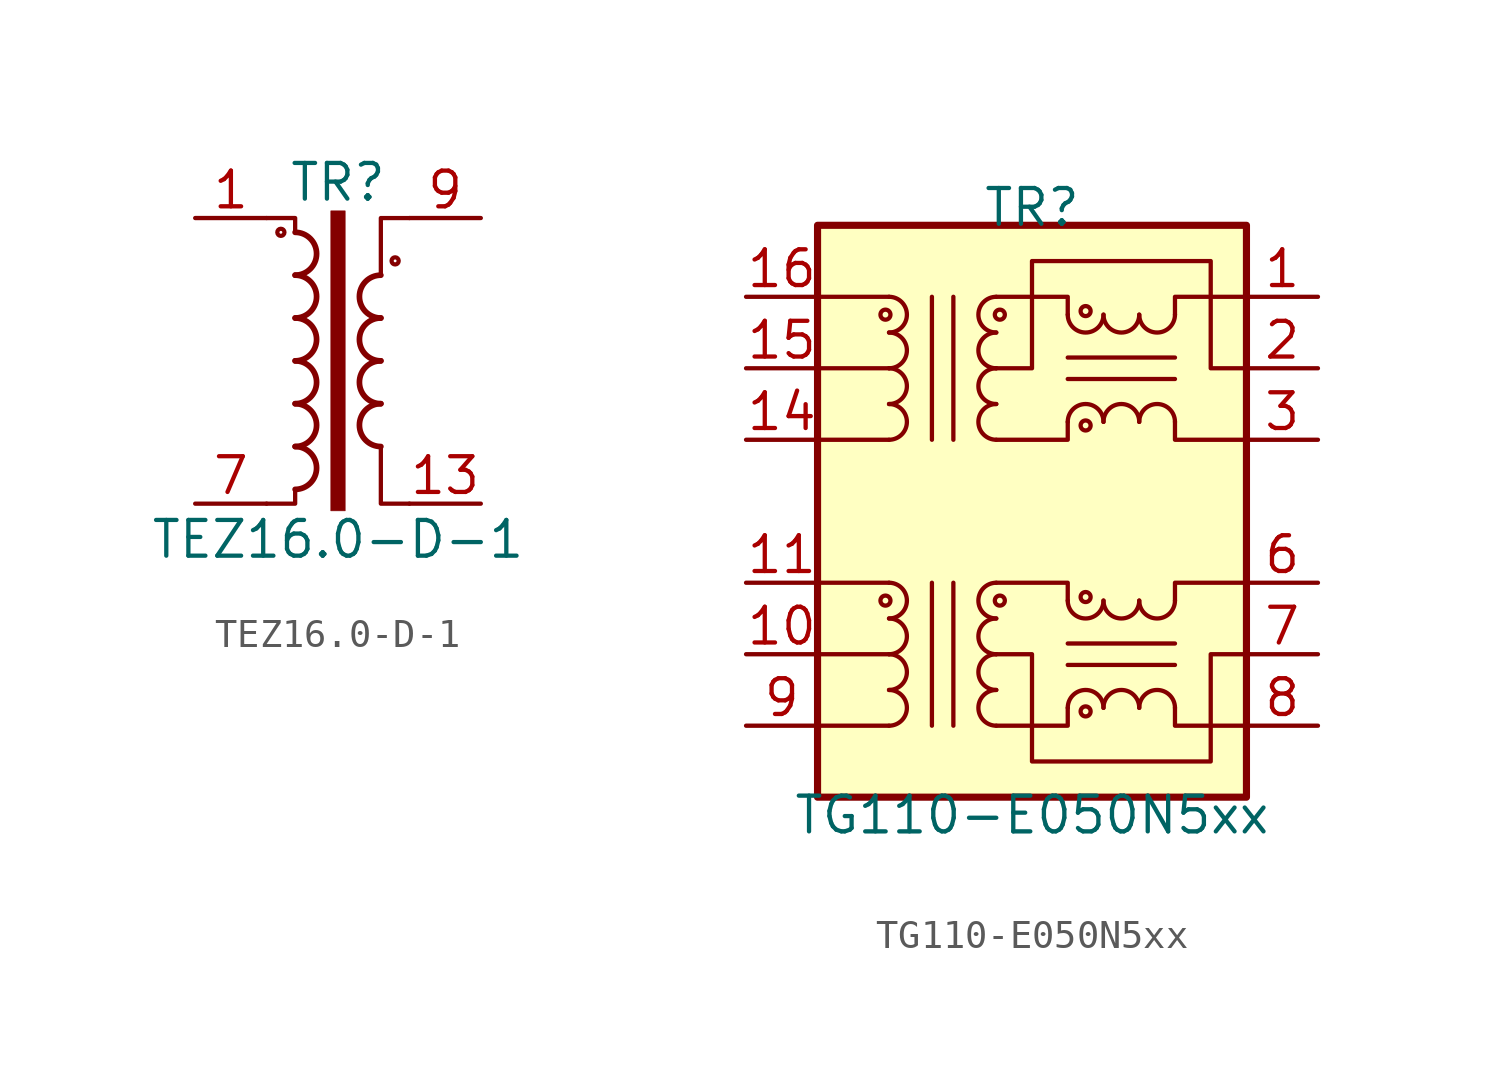
<source format=kicad_sym>
(kicad_symbol_lib
  (version 20220914)
  (generator kicad_symbol_editor)
  (symbol "TEZ16.0-D-1"
    (pin_names
      (offset 0.025))
    (property "Reference" "TR"
      (at 0 6.35 0)
      (effects (font (size 1.27 1.27))))
    (property "Value" "TEZ16.0-D-1"
      (at 0 -6.35 0)
      (effects (font (size 1.27 1.27))))
    (symbol "TEZ16.0-D-1_0_1"
      (circle (center -2.032 4.572) (radius 0.127) (stroke (width 0) (type default)) (fill (type none)))
      (arc (start -1.524 -4.572) (mid -0.7653 -3.81) (end -1.524 -3.048) (stroke (width 0.2032) (type default)) (fill (type none)))
      (arc (start -1.524 -3.048) (mid -0.7653 -2.286) (end -1.524 -1.524) (stroke (width 0.2032) (type default)) (fill (type none)))
      (arc (start -1.524 -1.524) (mid -0.7653 -0.762) (end -1.524 0) (stroke (width 0.2032) (type default)) (fill (type none)))
      (arc (start -1.524 0) (mid -0.7653 0.762) (end -1.524 1.524) (stroke (width 0.2032) (type default)) (fill (type none)))
      (arc (start -1.524 1.524) (mid -0.7653 2.286) (end -1.524 3.048) (stroke (width 0.2032) (type default)) (fill (type none)))
      (arc (start -1.524 3.048) (mid -0.7653 3.81) (end -1.524 4.572) (stroke (width 0.2032) (type default)) (fill (type none)))
      (rectangle (start -0.254 5.334) (end 0.254 -5.334) (stroke (width 0.025) (type default)) (fill (type outline)))
      (polyline (pts (xy -1.524 -4.572) (xy -1.524 -5.08) (xy -2.54 -5.08)) (stroke (width 0) (type default)) (fill (type none)))
      (polyline (pts (xy -1.524 4.572) (xy -1.524 5.08) (xy -2.54 5.08)) (stroke (width 0) (type default)) (fill (type none)))
      (polyline (pts (xy 1.524 3.048) (xy 1.524 5.08) (xy 2.54 5.08) (xy 2.54 5.08)) (stroke (width 0.152) (type default)) (fill (type none)))
      (polyline (pts (xy 2.54 -5.08) (xy 1.524 -5.08) (xy 1.524 -3.048) (xy 1.524 -3.048)) (stroke (width 0.152) (type default)) (fill (type none)))
      (arc (start 1.524 -1.524) (mid 0.7653 -2.286) (end 1.524 -3.048) (stroke (width 0.2032) (type default)) (fill (type none)))
      (arc (start 1.524 0) (mid 0.7653 -0.762) (end 1.524 -1.524) (stroke (width 0.2032) (type default)) (fill (type none)))
      (arc (start 1.524 1.524) (mid 0.7653 0.762) (end 1.524 0) (stroke (width 0.2032) (type default)) (fill (type none)))
      (arc (start 1.524 3.048) (mid 0.7653 2.286) (end 1.524 1.524) (stroke (width 0.2032) (type default)) (fill (type none)))
      (circle (center 2.032 3.556) (radius 0.127) (stroke (width 0) (type default)) (fill (type none))))
    (symbol "TEZ16.0-D-1_1_1"
      (pin passive line (at -5.08 5.08 0) (length 2.54) (name "~" (effects (font (size 1.27 1.27)))) (number "1" (effects (font (size 1.27 1.27)))))
      (pin passive line (at 5.08 -5.08 180) (length 2.54) (name "~" (effects (font (size 1.27 1.27)))) (number "13" (effects (font (size 1.27 1.27)))))
      (pin passive line (at -5.08 -5.08 0) (length 2.54) (name "~" (effects (font (size 1.27 1.27)))) (number "7" (effects (font (size 1.27 1.27)))))
      (pin passive line (at 5.08 5.08 180) (length 2.54) (name "~" (effects (font (size 1.27 1.27)))) (number "9" (effects (font (size 1.27 1.27)))))))
  (symbol "TG110-E050N5xx"
    (pin_names hide)
    (property "Reference" "TR"
      (at 0 10.795 0)
      (effects (font (size 1.27 1.27))))
    (property "Value" "TG110-E050N5xx"
      (at 0 -10.795 0)
      (effects (font (size 1.27 1.27))))
    (symbol "TG110-E050N5xx_0_1"
      (rectangle (start -7.62 10.16) (end 7.62 -10.16) (stroke (width 0.254) (type default)) (fill (type background)))
      (circle (center -5.207 -3.175) (radius 0.178) (stroke (width 0) (type default)) (fill (type none)))
      (arc (start -5.08 -3.81) (mid -4.4477 -3.175) (end -5.08 -2.54) (stroke (width 0) (type default)) (fill (type none)))
      (polyline (pts (xy -5.08 -7.62) (xy -7.62 -7.62)) (stroke (width 0) (type default)) (fill (type none)))
      (polyline (pts (xy -5.08 -5.08) (xy -7.62 -5.08)) (stroke (width 0) (type default)) (fill (type none)))
      (polyline (pts (xy -5.08 -2.54) (xy -7.62 -2.54)) (stroke (width 0) (type default)) (fill (type none)))
      (polyline (pts (xy -3.556 -7.62) (xy -3.556 -2.54)) (stroke (width 0) (type default)) (fill (type none)))
      (polyline (pts (xy -3.556 7.62) (xy -3.556 2.54)) (stroke (width 0) (type default)) (fill (type none)))
      (polyline (pts (xy -2.794 -2.54) (xy -2.794 -7.62)) (stroke (width 0) (type default)) (fill (type none)))
      (polyline (pts (xy -2.794 2.54) (xy -2.794 7.62)) (stroke (width 0) (type default)) (fill (type none)))
      (polyline (pts (xy 1.27 -5.461) (xy 5.08 -5.461)) (stroke (width 0) (type default)) (fill (type none)))
      (polyline (pts (xy 1.27 -4.699) (xy 5.08 -4.699)) (stroke (width 0) (type default)) (fill (type none)))
      (polyline (pts (xy -1.27 -7.62) (xy 1.27 -7.62) (xy 1.27 -6.985)) (stroke (width 0) (type default)) (fill (type none)))
      (polyline (pts (xy 1.27 -3.175) (xy 1.27 -2.54) (xy -1.27 -2.54)) (stroke (width 0) (type default)) (fill (type none)))
      (polyline (pts (xy 5.08 -6.985) (xy 5.08 -7.62) (xy 7.62 -7.62)) (stroke (width 0) (type default)) (fill (type none)))
      (polyline (pts (xy 5.08 -3.175) (xy 5.08 -2.54) (xy 7.62 -2.54)) (stroke (width 0) (type default)) (fill (type none)))
      (polyline (pts (xy -1.27 -5.08) (xy 0 -5.08) (xy 0 -8.89) (xy 6.35 -8.89) (xy 6.35 -5.08) (xy 7.62 -5.08)) (stroke (width 0) (type default)) (fill (type none))))
    (symbol "TG110-E050N5xx_1_1"
      (circle (center -5.207 6.985) (radius 0.178) (stroke (width 0) (type default)) (fill (type none)))
      (arc (start -5.08 -7.62) (mid -4.4477 -6.985) (end -5.08 -6.35) (stroke (width 0) (type default)) (fill (type none)))
      (arc (start -5.08 -6.35) (mid -4.4477 -5.715) (end -5.08 -5.08) (stroke (width 0) (type default)) (fill (type none)))
      (arc (start -5.08 -5.08) (mid -4.4477 -4.445) (end -5.08 -3.81) (stroke (width 0) (type default)) (fill (type none)))
      (arc (start -5.08 2.54) (mid -4.4477 3.175) (end -5.08 3.81) (stroke (width 0) (type default)) (fill (type none)))
      (arc (start -5.08 3.81) (mid -4.4477 4.445) (end -5.08 5.08) (stroke (width 0) (type default)) (fill (type none)))
      (arc (start -5.08 5.08) (mid -4.4477 5.715) (end -5.08 6.35) (stroke (width 0) (type default)) (fill (type none)))
      (arc (start -5.08 6.35) (mid -4.4477 6.985) (end -5.08 7.62) (stroke (width 0) (type default)) (fill (type none)))
      (arc (start -1.27 -6.35) (mid -1.9023 -6.985) (end -1.27 -7.62) (stroke (width 0) (type default)) (fill (type none)))
      (arc (start -1.27 -5.08) (mid -1.9023 -5.715) (end -1.27 -6.35) (stroke (width 0) (type default)) (fill (type none)))
      (arc (start -1.27 -3.81) (mid -1.9023 -4.445) (end -1.27 -5.08) (stroke (width 0) (type default)) (fill (type none)))
      (arc (start -1.27 -2.54) (mid -1.9023 -3.175) (end -1.27 -3.81) (stroke (width 0) (type default)) (fill (type none)))
      (arc (start -1.27 3.81) (mid -1.9023 3.175) (end -1.27 2.54) (stroke (width 0) (type default)) (fill (type none)))
      (arc (start -1.27 5.08) (mid -1.9023 4.445) (end -1.27 3.81) (stroke (width 0) (type default)) (fill (type none)))
      (arc (start -1.27 6.35) (mid -1.9023 5.715) (end -1.27 5.08) (stroke (width 0) (type default)) (fill (type none)))
      (arc (start -1.27 7.62) (mid -1.9023 6.985) (end -1.27 6.35) (stroke (width 0) (type default)) (fill (type none)))
      (circle (center -1.143 -3.175) (radius 0.178) (stroke (width 0) (type default)) (fill (type none)))
      (circle (center -1.143 6.985) (radius 0.178) (stroke (width 0) (type default)) (fill (type none)))
      (polyline (pts (xy -5.08 2.54) (xy -7.62 2.54)) (stroke (width 0) (type default)) (fill (type none)))
      (polyline (pts (xy -5.08 5.08) (xy -7.62 5.08)) (stroke (width 0) (type default)) (fill (type none)))
      (polyline (pts (xy -5.08 7.62) (xy -7.62 7.62)) (stroke (width 0) (type default)) (fill (type none)))
      (polyline (pts (xy 1.27 4.699) (xy 5.08 4.699)) (stroke (width 0) (type default)) (fill (type none)))
      (polyline (pts (xy 1.27 5.461) (xy 5.08 5.461)) (stroke (width 0) (type default)) (fill (type none)))
      (polyline (pts (xy -1.27 2.54) (xy 1.27 2.54) (xy 1.27 3.175)) (stroke (width 0) (type default)) (fill (type none)))
      (polyline (pts (xy 1.27 6.985) (xy 1.27 7.62) (xy -1.27 7.62)) (stroke (width 0) (type default)) (fill (type none)))
      (polyline (pts (xy 5.08 3.175) (xy 5.08 2.54) (xy 7.62 2.54)) (stroke (width 0) (type default)) (fill (type none)))
      (polyline (pts (xy 5.08 6.985) (xy 5.08 7.62) (xy 7.62 7.62)) (stroke (width 0) (type default)) (fill (type none)))
      (polyline (pts (xy 7.62 5.08) (xy 6.35 5.08) (xy 6.35 8.89) (xy 0 8.89) (xy 0 5.08) (xy -1.27 5.08)) (stroke (width 0) (type default)) (fill (type none)))
      (arc (start 1.27 -3.175) (mid 1.905 -3.8073) (end 2.54 -3.175) (stroke (width 0) (type default)) (fill (type none)))
      (arc (start 1.27 6.985) (mid 1.905 6.3527) (end 2.54 6.985) (stroke (width 0) (type default)) (fill (type none)))
      (circle (center 1.905 -7.112) (radius 0.178) (stroke (width 0) (type default)) (fill (type none)))
      (circle (center 1.905 -3.048) (radius 0.178) (stroke (width 0) (type default)) (fill (type none)))
      (circle (center 1.905 3.048) (radius 0.178) (stroke (width 0) (type default)) (fill (type none)))
      (circle (center 1.905 7.112) (radius 0.178) (stroke (width 0) (type default)) (fill (type none)))
      (arc (start 2.54 -6.985) (mid 1.905 -6.3527) (end 1.27 -6.985) (stroke (width 0) (type default)) (fill (type none)))
      (arc (start 2.54 -3.175) (mid 3.175 -3.8073) (end 3.81 -3.175) (stroke (width 0) (type default)) (fill (type none)))
      (arc (start 2.54 3.175) (mid 1.905 3.8073) (end 1.27 3.175) (stroke (width 0) (type default)) (fill (type none)))
      (arc (start 2.54 6.985) (mid 3.175 6.3527) (end 3.81 6.985) (stroke (width 0) (type default)) (fill (type none)))
      (arc (start 3.81 -6.985) (mid 3.175 -6.3527) (end 2.54 -6.985) (stroke (width 0) (type default)) (fill (type none)))
      (arc (start 3.81 -3.175) (mid 4.445 -3.8073) (end 5.08 -3.175) (stroke (width 0) (type default)) (fill (type none)))
      (arc (start 3.81 3.175) (mid 3.175 3.8073) (end 2.54 3.175) (stroke (width 0) (type default)) (fill (type none)))
      (arc (start 3.81 6.985) (mid 4.445 6.3527) (end 5.08 6.985) (stroke (width 0) (type default)) (fill (type none)))
      (arc (start 5.08 -6.985) (mid 4.445 -6.3527) (end 3.81 -6.985) (stroke (width 0) (type default)) (fill (type none)))
      (arc (start 5.08 3.175) (mid 4.445 3.8073) (end 3.81 3.175) (stroke (width 0) (type default)) (fill (type none)))
      (pin passive line (at 10.16 7.62 180) (length 2.54) (name "TX-" (effects (font (size 1.27 1.27)))) (number "1" (effects (font (size 1.27 1.27)))))
      (pin passive line (at -10.16 -5.08 0) (length 2.54) (name "C_RD" (effects (font (size 1.27 1.27)))) (number "10" (effects (font (size 1.27 1.27)))))
      (pin passive line (at -10.16 -2.54 0) (length 2.54) (name "RD-" (effects (font (size 1.27 1.27)))) (number "11" (effects (font (size 1.27 1.27)))))
      (pin no_connect line (at -2.54 -10.16 90) (length 2.54) hide (name "NC" (effects (font (size 1.27 1.27)))) (number "12" (effects (font (size 1.27 1.27)))))
      (pin no_connect line (at 2.54 -10.16 90) (length 2.54) hide (name "NC" (effects (font (size 1.27 1.27)))) (number "13" (effects (font (size 1.27 1.27)))))
      (pin passive line (at -10.16 2.54 0) (length 2.54) (name "TD+" (effects (font (size 1.27 1.27)))) (number "14" (effects (font (size 1.27 1.27)))))
      (pin passive line (at -10.16 5.08 0) (length 2.54) (name "C_TD" (effects (font (size 1.27 1.27)))) (number "15" (effects (font (size 1.27 1.27)))))
      (pin passive line (at -10.16 7.62 0) (length 2.54) (name "TD-" (effects (font (size 1.27 1.27)))) (number "16" (effects (font (size 1.27 1.27)))))
      (pin passive line (at 10.16 5.08 180) (length 2.54) (name "C_TX" (effects (font (size 1.27 1.27)))) (number "2" (effects (font (size 1.27 1.27)))))
      (pin passive line (at 10.16 2.54 180) (length 2.54) (name "TX+" (effects (font (size 1.27 1.27)))) (number "3" (effects (font (size 1.27 1.27)))))
      (pin no_connect line (at -2.54 10.16 270) (length 2.54) hide (name "NC" (effects (font (size 1.27 1.27)))) (number "4" (effects (font (size 1.27 1.27)))))
      (pin no_connect line (at 2.54 10.16 270) (length 2.54) hide (name "NC" (effects (font (size 1.27 1.27)))) (number "5" (effects (font (size 1.27 1.27)))))
      (pin passive line (at 10.16 -2.54 180) (length 2.54) (name "RX-" (effects (font (size 1.27 1.27)))) (number "6" (effects (font (size 1.27 1.27)))))
      (pin passive line (at 10.16 -5.08 180) (length 2.54) (name "C_RX" (effects (font (size 1.27 1.27)))) (number "7" (effects (font (size 1.27 1.27)))))
      (pin passive line (at 10.16 -7.62 180) (length 2.54) (name "RX+" (effects (font (size 1.27 1.27)))) (number "8" (effects (font (size 1.27 1.27)))))
      (pin passive line (at -10.16 -7.62 0) (length 2.54) (name "RD+" (effects (font (size 1.27 1.27)))) (number "9" (effects (font (size 1.27 1.27))))))))
</source>
